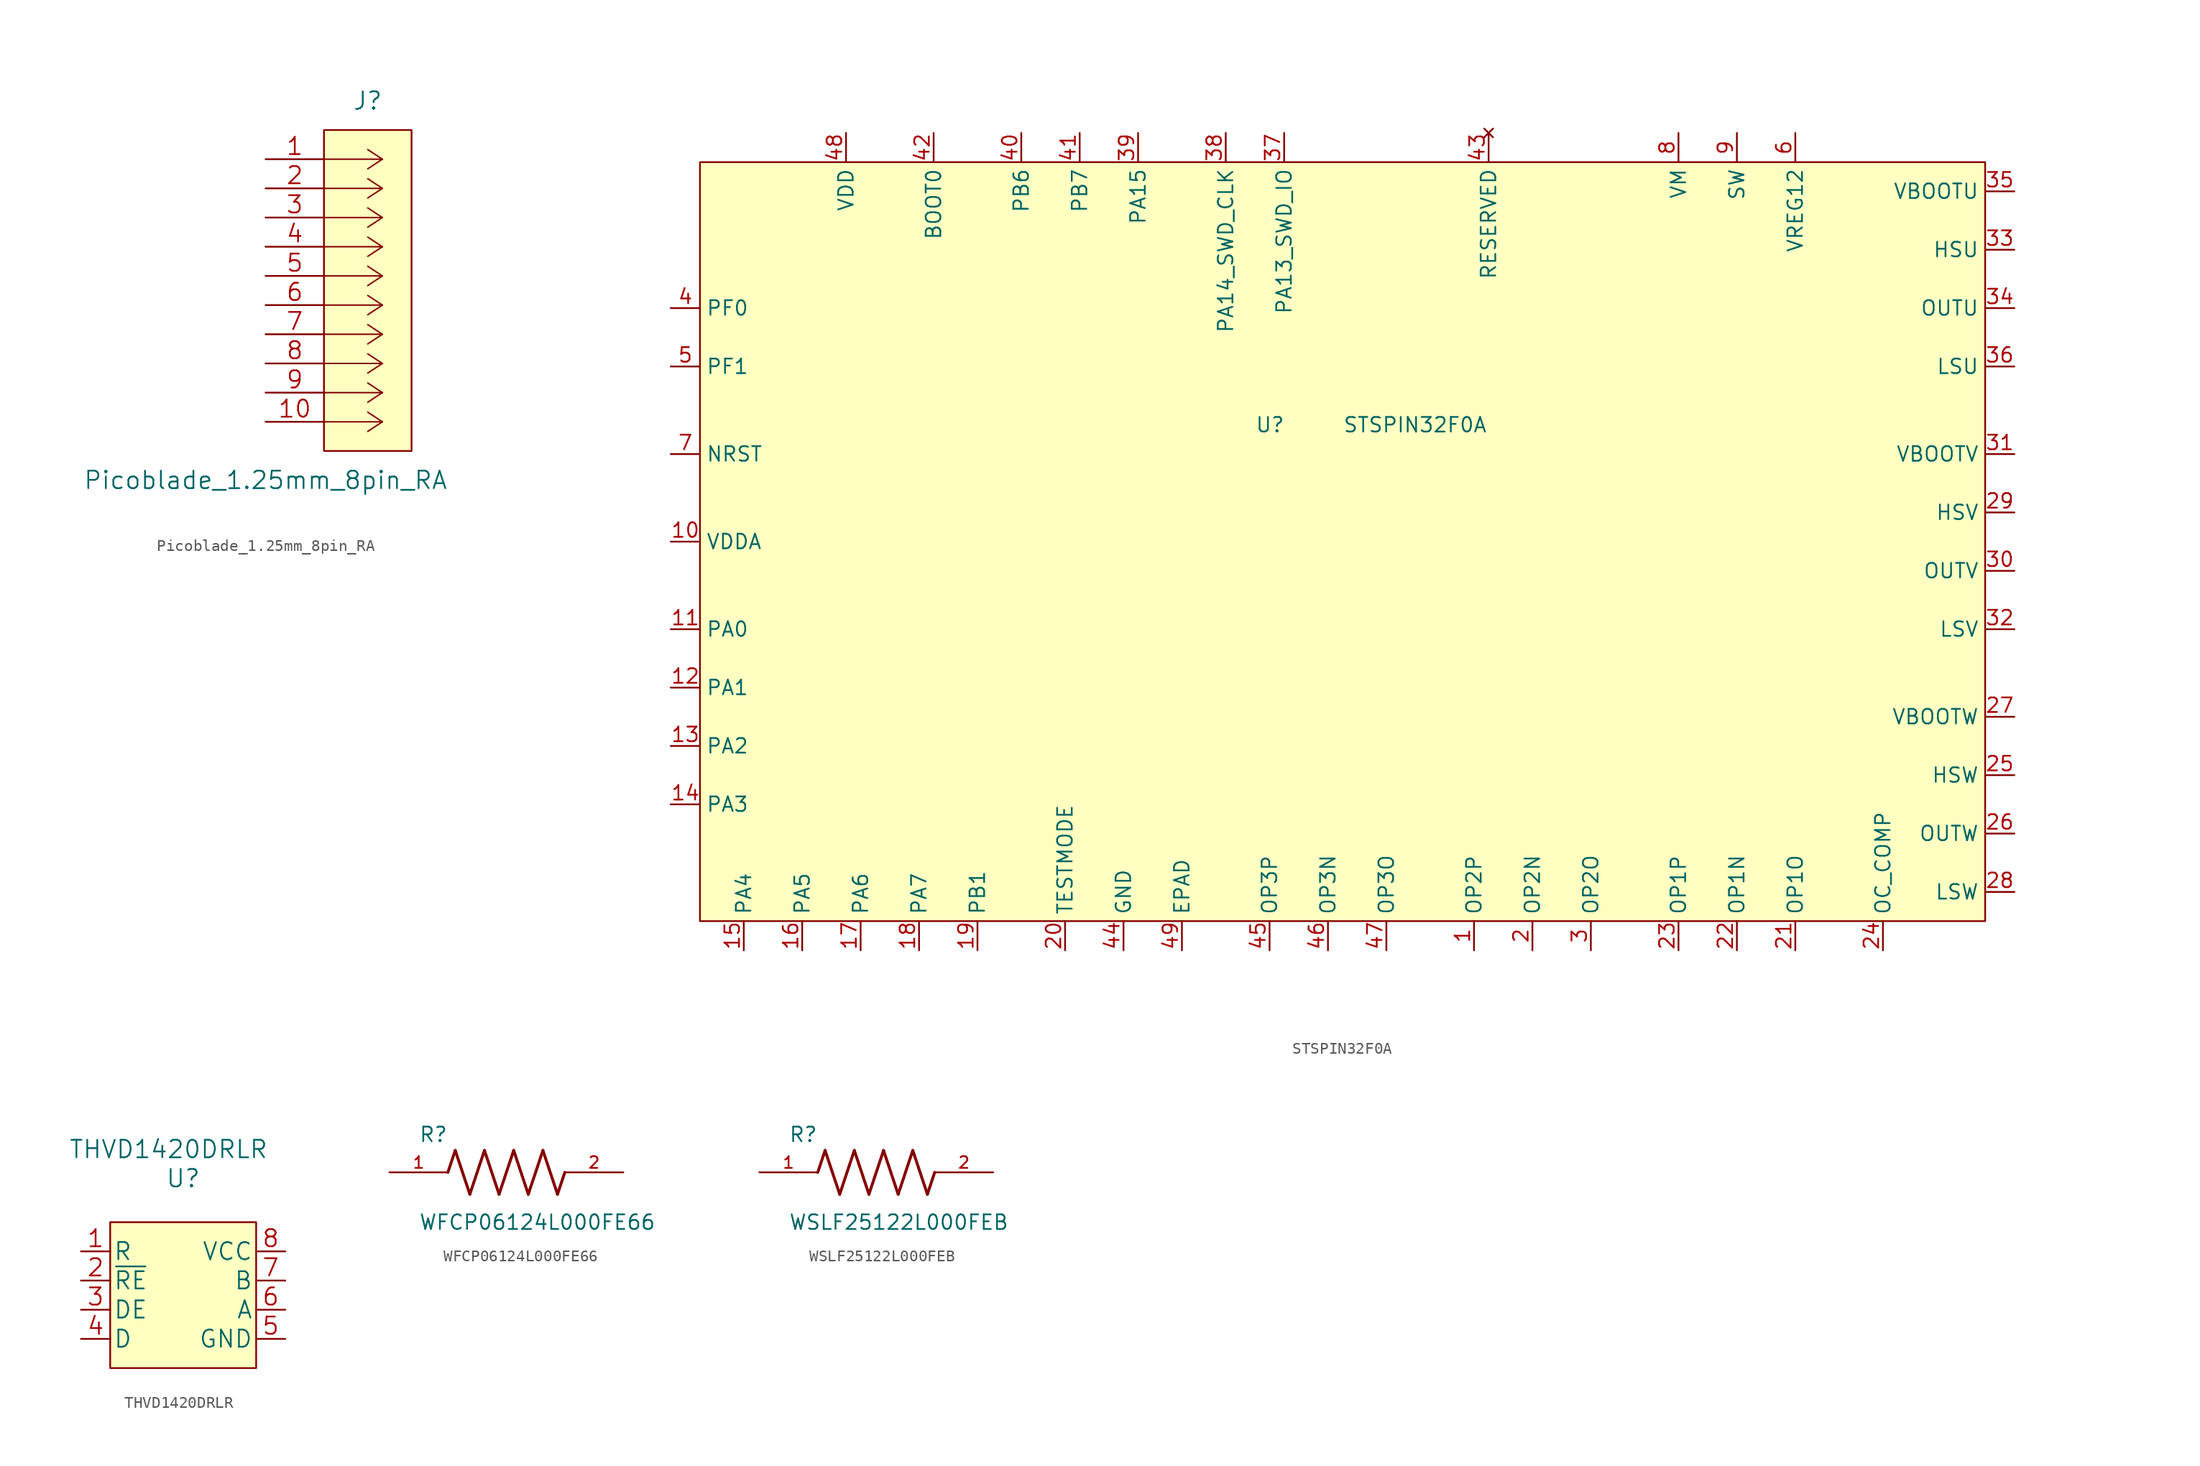
<source format=kicad_sym>
(kicad_symbol_lib
  (version 20220914)
  (generator kicad_symbol_editor)
  (symbol "Picoblade_1.25mm_8pin_RA"
    (pin_names
      (offset 0.254) hide)
    (property "Reference" "J"
      (at 8.89 5.08 0)
      (effects (font (size 1.524 1.524))))
    (property "Value" "Picoblade_1.25mm_8pin_RA"
      (at 0 -27.94 0)
      (effects (font (size 1.524 1.524))))
    (property "Datasheet" ""
      (at 0 0 0)
      (effects (font (size 1.524 1.524))))
    (property "ki_locked" ""
      (at 0 0 0)
      (effects (font (size 1.27 1.27))))
    (symbol "Picoblade_1.25mm_8pin_RA_1_1"
      (polyline (pts (xy 10.16 -22.86) (xy 5.08 -22.86)) (stroke (width 0.127) (type default)) (fill (type none)))
      (polyline (pts (xy 10.16 -22.86) (xy 8.89 -23.698)) (stroke (width 0.127) (type default)) (fill (type none)))
      (polyline (pts (xy 10.16 -22.86) (xy 8.89 -22.022)) (stroke (width 0.127) (type default)) (fill (type none)))
      (polyline (pts (xy 10.16 -20.32) (xy 5.08 -20.32)) (stroke (width 0.127) (type default)) (fill (type none)))
      (polyline (pts (xy 10.16 -20.32) (xy 8.89 -21.158)) (stroke (width 0.127) (type default)) (fill (type none)))
      (polyline (pts (xy 10.16 -20.32) (xy 8.89 -19.482)) (stroke (width 0.127) (type default)) (fill (type none)))
      (polyline (pts (xy 10.16 -17.78) (xy 5.08 -17.78)) (stroke (width 0.127) (type default)) (fill (type none)))
      (polyline (pts (xy 10.16 -17.78) (xy 8.89 -18.618)) (stroke (width 0.127) (type default)) (fill (type none)))
      (polyline (pts (xy 10.16 -17.78) (xy 8.89 -16.942)) (stroke (width 0.127) (type default)) (fill (type none)))
      (polyline (pts (xy 10.16 -15.24) (xy 5.08 -15.24)) (stroke (width 0.127) (type default)) (fill (type none)))
      (polyline (pts (xy 10.16 -15.24) (xy 8.89 -16.078)) (stroke (width 0.127) (type default)) (fill (type none)))
      (polyline (pts (xy 10.16 -15.24) (xy 8.89 -14.402)) (stroke (width 0.127) (type default)) (fill (type none)))
      (polyline (pts (xy 10.16 -12.7) (xy 5.08 -12.7)) (stroke (width 0.127) (type default)) (fill (type none)))
      (polyline (pts (xy 10.16 -12.7) (xy 8.89 -13.538)) (stroke (width 0.127) (type default)) (fill (type none)))
      (polyline (pts (xy 10.16 -12.7) (xy 8.89 -11.862)) (stroke (width 0.127) (type default)) (fill (type none)))
      (polyline (pts (xy 10.16 -10.16) (xy 5.08 -10.16)) (stroke (width 0.127) (type default)) (fill (type none)))
      (polyline (pts (xy 10.16 -10.16) (xy 8.89 -10.998)) (stroke (width 0.127) (type default)) (fill (type none)))
      (polyline (pts (xy 10.16 -10.16) (xy 8.89 -9.322)) (stroke (width 0.127) (type default)) (fill (type none)))
      (polyline (pts (xy 10.16 -7.62) (xy 5.08 -7.62)) (stroke (width 0.127) (type default)) (fill (type none)))
      (polyline (pts (xy 10.16 -7.62) (xy 8.89 -8.458)) (stroke (width 0.127) (type default)) (fill (type none)))
      (polyline (pts (xy 10.16 -7.62) (xy 8.89 -6.782)) (stroke (width 0.127) (type default)) (fill (type none)))
      (polyline (pts (xy 10.16 -5.08) (xy 5.08 -5.08)) (stroke (width 0.127) (type default)) (fill (type none)))
      (polyline (pts (xy 10.16 -5.08) (xy 8.89 -5.918)) (stroke (width 0.127) (type default)) (fill (type none)))
      (polyline (pts (xy 10.16 -5.08) (xy 8.89 -4.242)) (stroke (width 0.127) (type default)) (fill (type none)))
      (polyline (pts (xy 10.16 -2.54) (xy 5.08 -2.54)) (stroke (width 0.127) (type default)) (fill (type none)))
      (polyline (pts (xy 10.16 -2.54) (xy 8.89 -3.378)) (stroke (width 0.127) (type default)) (fill (type none)))
      (polyline (pts (xy 10.16 -2.54) (xy 8.89 -1.702)) (stroke (width 0.127) (type default)) (fill (type none)))
      (polyline (pts (xy 10.16 0) (xy 5.08 0)) (stroke (width 0.127) (type default)) (fill (type none)))
      (polyline (pts (xy 10.16 0) (xy 8.89 -0.838)) (stroke (width 0.127) (type default)) (fill (type none)))
      (polyline (pts (xy 10.16 0) (xy 8.89 0.838)) (stroke (width 0.127) (type default)) (fill (type none)))
      (rectangle (start 5.08 2.54) (end 12.7 -25.4) (stroke (width 0) (type default)) (fill (type background)))
      (pin passive line (at 0 0 0) (length 5.08) (name "1" (effects (font (size 1.499 1.499)))) (number "1" (effects (font (size 1.499 1.499)))))
      (pin passive line (at 0 -22.86 0) (length 5.08) (name "10" (effects (font (size 1.499 1.499)))) (number "10" (effects (font (size 1.499 1.499)))))
      (pin bidirectional line (at 0 -2.54 0) (length 5.08) (name "2" (effects (font (size 1.499 1.499)))) (number "2" (effects (font (size 1.499 1.499)))))
      (pin bidirectional line (at 0 -5.08 0) (length 5.08) (name "3" (effects (font (size 1.499 1.499)))) (number "3" (effects (font (size 1.499 1.499)))))
      (pin bidirectional line (at 0 -7.62 0) (length 5.08) (name "4" (effects (font (size 1.499 1.499)))) (number "4" (effects (font (size 1.499 1.499)))))
      (pin bidirectional line (at 0 -10.16 0) (length 5.08) (name "5" (effects (font (size 1.499 1.499)))) (number "5" (effects (font (size 1.499 1.499)))))
      (pin bidirectional line (at 0 -12.7 0) (length 5.08) (name "6" (effects (font (size 1.499 1.499)))) (number "6" (effects (font (size 1.499 1.499)))))
      (pin bidirectional line (at 0 -15.24 0) (length 5.08) (name "7" (effects (font (size 1.499 1.499)))) (number "7" (effects (font (size 1.499 1.499)))))
      (pin bidirectional line (at 0 -17.78 0) (length 5.08) (name "8" (effects (font (size 1.499 1.499)))) (number "8" (effects (font (size 1.499 1.499)))))
      (pin bidirectional line (at 0 -20.32 0) (length 5.08) (name "9" (effects (font (size 1.499 1.499)))) (number "9" (effects (font (size 1.499 1.499)))))))
  (symbol "STSPIN32F0A"
    (property "Reference" "U"
      (at -5.08 7.62 0)
      (effects (font (size 1.27 1.27)) (justify left)))
    (property "Value" "STSPIN32F0A"
      (at 2.54 7.62 0)
      (effects (font (size 1.27 1.27)) (justify left)))
    (symbol "STSPIN32F0A_0_1"
      (rectangle (start -53.34 30.48) (end 58.42 -35.56) (stroke (width 0) (type default)) (fill (type background))))
    (symbol "STSPIN32F0A_1_1"
      (pin input line (at 13.97 -38.1 90) (length 2.54) (name "OP2P" (effects (font (size 1.27 1.27)))) (number "1" (effects (font (size 1.27 1.27)))))
      (pin power_in line (at -55.88 -2.54 0) (length 2.54) (name "VDDA" (effects (font (size 1.27 1.27)))) (number "10" (effects (font (size 1.27 1.27)))))
      (pin bidirectional line (at -55.88 -10.16 0) (length 2.54) (name "PA0" (effects (font (size 1.27 1.27)))) (number "11" (effects (font (size 1.27 1.27)))))
      (pin bidirectional line (at -55.88 -15.24 0) (length 2.54) (name "PA1" (effects (font (size 1.27 1.27)))) (number "12" (effects (font (size 1.27 1.27)))))
      (pin bidirectional line (at -55.88 -20.32 0) (length 2.54) (name "PA2" (effects (font (size 1.27 1.27)))) (number "13" (effects (font (size 1.27 1.27)))))
      (pin bidirectional line (at -55.88 -25.4 0) (length 2.54) (name "PA3" (effects (font (size 1.27 1.27)))) (number "14" (effects (font (size 1.27 1.27)))))
      (pin bidirectional line (at -49.53 -38.1 90) (length 2.54) (name "PA4" (effects (font (size 1.27 1.27)))) (number "15" (effects (font (size 1.27 1.27)))))
      (pin bidirectional line (at -44.45 -38.1 90) (length 2.54) (name "PA5" (effects (font (size 1.27 1.27)))) (number "16" (effects (font (size 1.27 1.27)))))
      (pin bidirectional line (at -39.37 -38.1 90) (length 2.54) (name "PA6" (effects (font (size 1.27 1.27)))) (number "17" (effects (font (size 1.27 1.27)))))
      (pin bidirectional line (at -34.29 -38.1 90) (length 2.54) (name "PA7" (effects (font (size 1.27 1.27)))) (number "18" (effects (font (size 1.27 1.27)))))
      (pin bidirectional line (at -29.21 -38.1 90) (length 2.54) (name "PB1" (effects (font (size 1.27 1.27)))) (number "19" (effects (font (size 1.27 1.27)))))
      (pin input line (at 19.05 -38.1 90) (length 2.54) (name "OP2N" (effects (font (size 1.27 1.27)))) (number "2" (effects (font (size 1.27 1.27)))))
      (pin input line (at -21.59 -38.1 90) (length 2.54) (name "TESTMODE" (effects (font (size 1.27 1.27)))) (number "20" (effects (font (size 1.27 1.27)))))
      (pin output line (at 41.91 -38.1 90) (length 2.54) (name "OP1O" (effects (font (size 1.27 1.27)))) (number "21" (effects (font (size 1.27 1.27)))))
      (pin input line (at 36.83 -38.1 90) (length 2.54) (name "OP1N" (effects (font (size 1.27 1.27)))) (number "22" (effects (font (size 1.27 1.27)))))
      (pin input line (at 31.75 -38.1 90) (length 2.54) (name "OP1P" (effects (font (size 1.27 1.27)))) (number "23" (effects (font (size 1.27 1.27)))))
      (pin input line (at 49.53 -38.1 90) (length 2.54) (name "OC_COMP" (effects (font (size 1.27 1.27)))) (number "24" (effects (font (size 1.27 1.27)))))
      (pin output line (at 60.96 -22.86 180) (length 2.54) (name "HSW" (effects (font (size 1.27 1.27)))) (number "25" (effects (font (size 1.27 1.27)))))
      (pin input line (at 60.96 -27.94 180) (length 2.54) (name "OUTW" (effects (font (size 1.27 1.27)))) (number "26" (effects (font (size 1.27 1.27)))))
      (pin power_out line (at 60.96 -17.78 180) (length 2.54) (name "VBOOTW" (effects (font (size 1.27 1.27)))) (number "27" (effects (font (size 1.27 1.27)))))
      (pin output line (at 60.96 -33.02 180) (length 2.54) (name "LSW" (effects (font (size 1.27 1.27)))) (number "28" (effects (font (size 1.27 1.27)))))
      (pin output line (at 60.96 0 180) (length 2.54) (name "HSV" (effects (font (size 1.27 1.27)))) (number "29" (effects (font (size 1.27 1.27)))))
      (pin output line (at 24.13 -38.1 90) (length 2.54) (name "OP2O" (effects (font (size 1.27 1.27)))) (number "3" (effects (font (size 1.27 1.27)))))
      (pin input line (at 60.96 -5.08 180) (length 2.54) (name "OUTV" (effects (font (size 1.27 1.27)))) (number "30" (effects (font (size 1.27 1.27)))))
      (pin power_out line (at 60.96 5.08 180) (length 2.54) (name "VBOOTV" (effects (font (size 1.27 1.27)))) (number "31" (effects (font (size 1.27 1.27)))))
      (pin output line (at 60.96 -10.16 180) (length 2.54) (name "LSV" (effects (font (size 1.27 1.27)))) (number "32" (effects (font (size 1.27 1.27)))))
      (pin output line (at 60.96 22.86 180) (length 2.54) (name "HSU" (effects (font (size 1.27 1.27)))) (number "33" (effects (font (size 1.27 1.27)))))
      (pin input line (at 60.96 17.78 180) (length 2.54) (name "OUTU" (effects (font (size 1.27 1.27)))) (number "34" (effects (font (size 1.27 1.27)))))
      (pin power_out line (at 60.96 27.94 180) (length 2.54) (name "VBOOTU" (effects (font (size 1.27 1.27)))) (number "35" (effects (font (size 1.27 1.27)))))
      (pin output line (at 60.96 12.7 180) (length 2.54) (name "LSU" (effects (font (size 1.27 1.27)))) (number "36" (effects (font (size 1.27 1.27)))))
      (pin bidirectional line (at -2.54 33.02 270) (length 2.54) (name "PA13_SWD_IO" (effects (font (size 1.27 1.27)))) (number "37" (effects (font (size 1.27 1.27)))))
      (pin bidirectional line (at -7.62 33.02 270) (length 2.54) (name "PA14_SWD_CLK" (effects (font (size 1.27 1.27)))) (number "38" (effects (font (size 1.27 1.27)))))
      (pin bidirectional line (at -15.24 33.02 270) (length 2.54) (name "PA15" (effects (font (size 1.27 1.27)))) (number "39" (effects (font (size 1.27 1.27)))))
      (pin bidirectional line (at -55.88 17.78 0) (length 2.54) (name "PF0" (effects (font (size 1.27 1.27)))) (number "4" (effects (font (size 1.27 1.27)))))
      (pin bidirectional line (at -25.4 33.02 270) (length 2.54) (name "PB6" (effects (font (size 1.27 1.27)))) (number "40" (effects (font (size 1.27 1.27)))))
      (pin bidirectional line (at -20.32 33.02 270) (length 2.54) (name "PB7" (effects (font (size 1.27 1.27)))) (number "41" (effects (font (size 1.27 1.27)))))
      (pin input line (at -33.02 33.02 270) (length 2.54) (name "BOOT0" (effects (font (size 1.27 1.27)))) (number "42" (effects (font (size 1.27 1.27)))))
      (pin no_connect line (at 15.24 33.02 270) (length 2.54) (name "RESERVED" (effects (font (size 1.27 1.27)))) (number "43" (effects (font (size 1.27 1.27)))))
      (pin power_in line (at -16.51 -38.1 90) (length 2.54) (name "GND" (effects (font (size 1.27 1.27)))) (number "44" (effects (font (size 1.27 1.27)))))
      (pin input line (at -3.81 -38.1 90) (length 2.54) (name "OP3P" (effects (font (size 1.27 1.27)))) (number "45" (effects (font (size 1.27 1.27)))))
      (pin input line (at 1.27 -38.1 90) (length 2.54) (name "OP3N" (effects (font (size 1.27 1.27)))) (number "46" (effects (font (size 1.27 1.27)))))
      (pin output line (at 6.35 -38.1 90) (length 2.54) (name "OP3O" (effects (font (size 1.27 1.27)))) (number "47" (effects (font (size 1.27 1.27)))))
      (pin power_in line (at -40.64 33.02 270) (length 2.54) (name "VDD" (effects (font (size 1.27 1.27)))) (number "48" (effects (font (size 1.27 1.27)))))
      (pin power_in line (at -11.43 -38.1 90) (length 2.54) (name "EPAD" (effects (font (size 1.27 1.27)))) (number "49" (effects (font (size 1.27 1.27)))))
      (pin bidirectional line (at -55.88 12.7 0) (length 2.54) (name "PF1" (effects (font (size 1.27 1.27)))) (number "5" (effects (font (size 1.27 1.27)))))
      (pin power_in line (at 41.91 33.02 270) (length 2.54) (name "VREG12" (effects (font (size 1.27 1.27)))) (number "6" (effects (font (size 1.27 1.27)))))
      (pin input line (at -55.88 5.08 0) (length 2.54) (name "NRST" (effects (font (size 1.27 1.27)))) (number "7" (effects (font (size 1.27 1.27)))))
      (pin power_in line (at 31.75 33.02 270) (length 2.54) (name "VM" (effects (font (size 1.27 1.27)))) (number "8" (effects (font (size 1.27 1.27)))))
      (pin output line (at 36.83 33.02 270) (length 2.54) (name "SW" (effects (font (size 1.27 1.27)))) (number "9" (effects (font (size 1.27 1.27)))))))
  (symbol "THVD1420DRLR"
    (pin_names
      (offset 0.254))
    (property "Reference" "U"
      (at 0 10.16 0)
      (effects (font (size 1.524 1.524))))
    (property "Value" "THVD1420DRLR"
      (at -1.27 12.7 0)
      (effects (font (size 1.524 1.524))))
    (symbol "THVD1420DRLR_1_1"
      (rectangle (start -6.35 6.35) (end 6.35 -6.35) (stroke (width 0) (type default)) (fill (type background)))
      (pin output line (at -8.89 3.81 0) (length 2.54) (name "R" (effects (font (size 1.499 1.499)))) (number "1" (effects (font (size 1.499 1.499)))))
      (pin input line (at -8.89 1.27 0) (length 2.54) (name "~{RE}" (effects (font (size 1.499 1.499)))) (number "2" (effects (font (size 1.499 1.499)))))
      (pin input line (at -8.89 -1.27 0) (length 2.54) (name "DE" (effects (font (size 1.499 1.499)))) (number "3" (effects (font (size 1.499 1.499)))))
      (pin input line (at -8.89 -3.81 0) (length 2.54) (name "D" (effects (font (size 1.499 1.499)))) (number "4" (effects (font (size 1.499 1.499)))))
      (pin power_in line (at 8.89 -3.81 180) (length 2.54) (name "GND" (effects (font (size 1.499 1.499)))) (number "5" (effects (font (size 1.499 1.499)))))
      (pin bidirectional line (at 8.89 -1.27 180) (length 2.54) (name "A" (effects (font (size 1.499 1.499)))) (number "6" (effects (font (size 1.499 1.499)))))
      (pin bidirectional line (at 8.89 1.27 180) (length 2.54) (name "B" (effects (font (size 1.499 1.499)))) (number "7" (effects (font (size 1.499 1.499)))))
      (pin power_in line (at 8.89 3.81 180) (length 2.54) (name "VCC" (effects (font (size 1.499 1.499)))) (number "8" (effects (font (size 1.499 1.499)))))))
  (symbol "WFCP06124L000FE66"
    (pin_names
      (offset 1.016))
    (property "Reference" "R"
      (at -7.624 2.542 0)
      (effects (font (size 1.27 1.27)) (justify left bottom)))
    (property "Value" "WFCP06124L000FE66"
      (at -7.63 -5.087 0)
      (effects (font (size 1.27 1.27)) (justify left bottom)))
    (symbol "WFCP06124L000FE66_0_0"
      (polyline (pts (xy -5.08 0) (xy -4.445 1.905)) (stroke (width 0.254) (type default)) (fill (type none)))
      (polyline (pts (xy -4.445 1.905) (xy -3.175 -1.905)) (stroke (width 0.254) (type default)) (fill (type none)))
      (polyline (pts (xy -3.175 -1.905) (xy -1.905 1.905)) (stroke (width 0.254) (type default)) (fill (type none)))
      (polyline (pts (xy -1.905 1.905) (xy -0.635 -1.905)) (stroke (width 0.254) (type default)) (fill (type none)))
      (polyline (pts (xy -0.635 -1.905) (xy 0.635 1.905)) (stroke (width 0.254) (type default)) (fill (type none)))
      (polyline (pts (xy 0.635 1.905) (xy 1.905 -1.905)) (stroke (width 0.254) (type default)) (fill (type none)))
      (polyline (pts (xy 1.905 -1.905) (xy 3.175 1.905)) (stroke (width 0.254) (type default)) (fill (type none)))
      (polyline (pts (xy 3.175 1.905) (xy 4.445 -1.905)) (stroke (width 0.254) (type default)) (fill (type none)))
      (polyline (pts (xy 4.445 -1.905) (xy 5.08 0)) (stroke (width 0.254) (type default)) (fill (type none)))
      (pin passive line (at -10.16 0 0) (length 5.08) (name "~" (effects (font (size 1.016 1.016)))) (number "1" (effects (font (size 1.016 1.016)))))
      (pin passive line (at 10.16 0 180) (length 5.08) (name "~" (effects (font (size 1.016 1.016)))) (number "2" (effects (font (size 1.016 1.016)))))))
  (symbol "WSLF25122L000FEB"
    (pin_names
      (offset 1.016))
    (property "Reference" "R"
      (at -7.624 2.542 0)
      (effects (font (size 1.27 1.27)) (justify left bottom)))
    (property "Value" "WSLF25122L000FEB"
      (at -7.63 -5.087 0)
      (effects (font (size 1.27 1.27)) (justify left bottom)))
    (symbol "WSLF25122L000FEB_0_0"
      (polyline (pts (xy -5.08 0) (xy -4.445 1.905)) (stroke (width 0.254) (type default)) (fill (type none)))
      (polyline (pts (xy -4.445 1.905) (xy -3.175 -1.905)) (stroke (width 0.254) (type default)) (fill (type none)))
      (polyline (pts (xy -3.175 -1.905) (xy -1.905 1.905)) (stroke (width 0.254) (type default)) (fill (type none)))
      (polyline (pts (xy -1.905 1.905) (xy -0.635 -1.905)) (stroke (width 0.254) (type default)) (fill (type none)))
      (polyline (pts (xy -0.635 -1.905) (xy 0.635 1.905)) (stroke (width 0.254) (type default)) (fill (type none)))
      (polyline (pts (xy 0.635 1.905) (xy 1.905 -1.905)) (stroke (width 0.254) (type default)) (fill (type none)))
      (polyline (pts (xy 1.905 -1.905) (xy 3.175 1.905)) (stroke (width 0.254) (type default)) (fill (type none)))
      (polyline (pts (xy 3.175 1.905) (xy 4.445 -1.905)) (stroke (width 0.254) (type default)) (fill (type none)))
      (polyline (pts (xy 4.445 -1.905) (xy 5.08 0)) (stroke (width 0.254) (type default)) (fill (type none)))
      (pin passive line (at -10.16 0 0) (length 5.08) (name "~" (effects (font (size 1.016 1.016)))) (number "1" (effects (font (size 1.016 1.016)))))
      (pin passive line (at 10.16 0 180) (length 5.08) (name "~" (effects (font (size 1.016 1.016)))) (number "2" (effects (font (size 1.016 1.016))))))))
</source>
